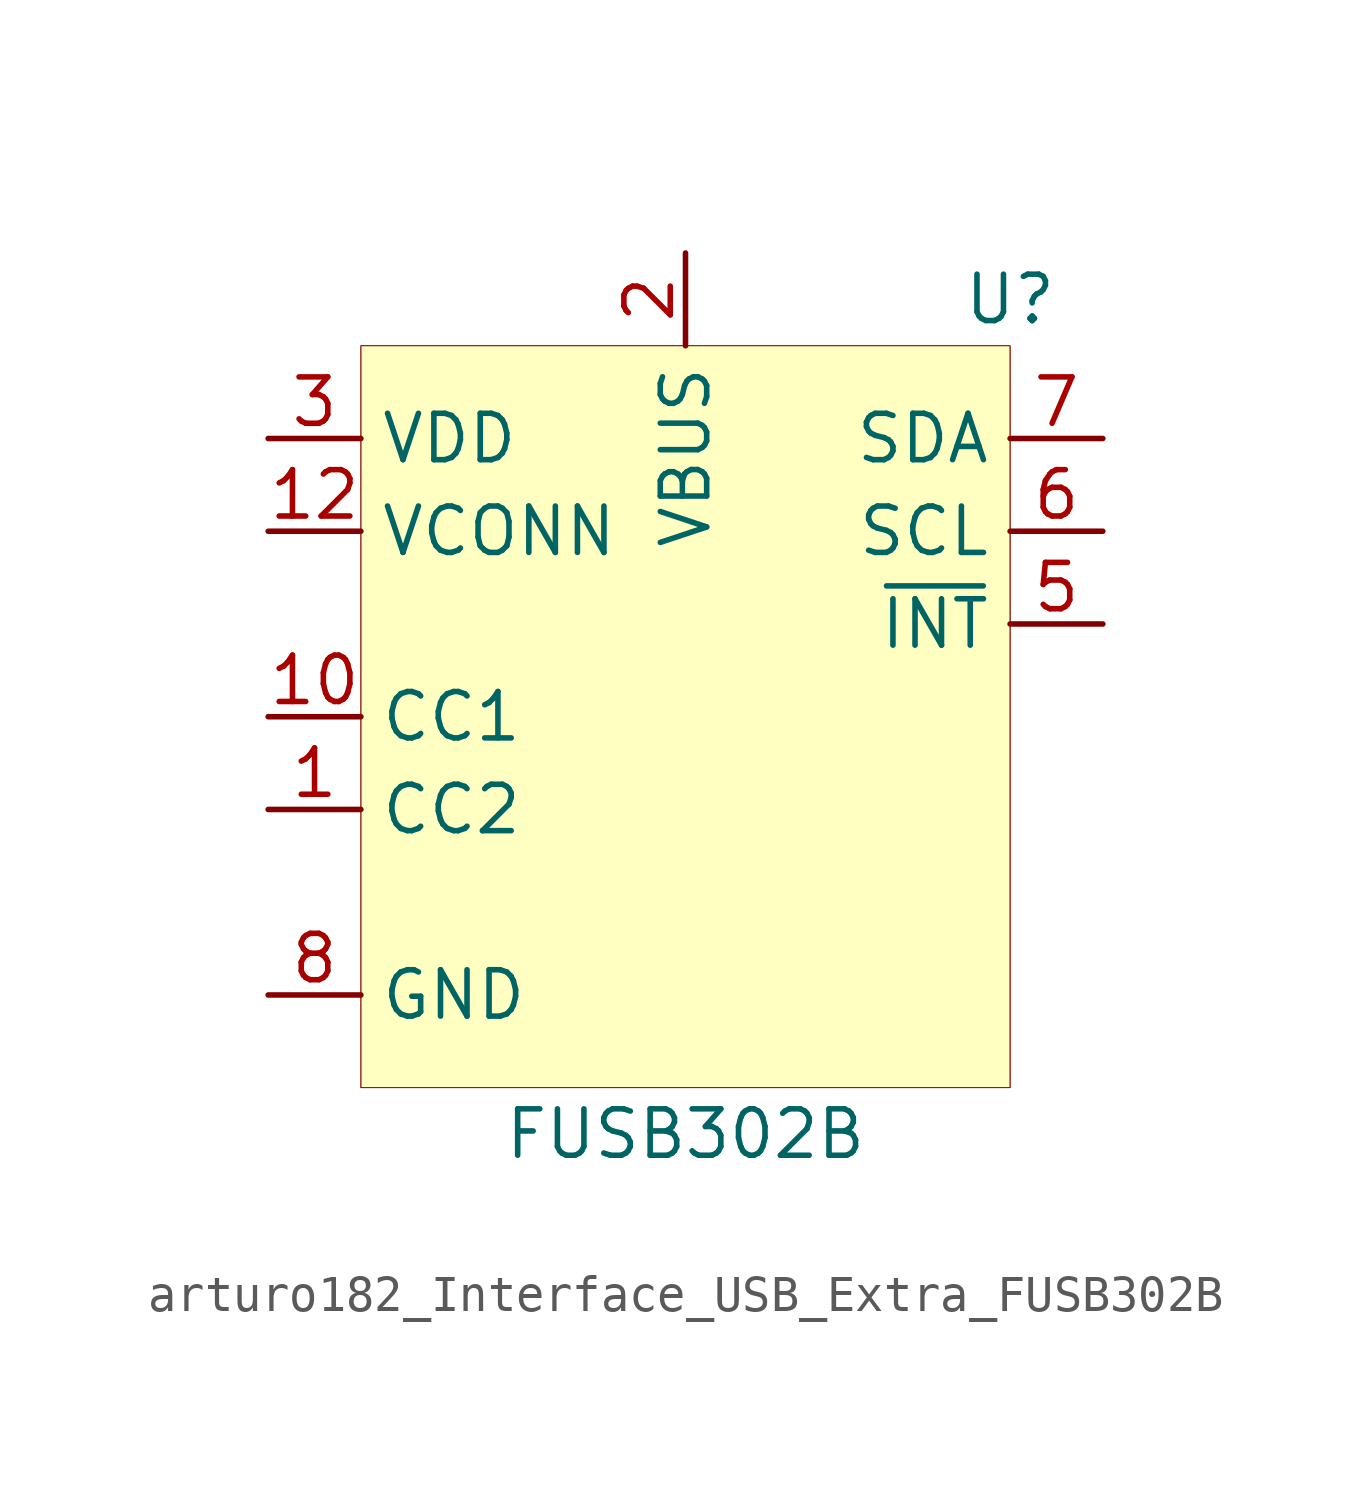
<source format=kicad_sym>
(kicad_symbol_lib
  (version 20220914)
  (generator kicad_symbol_editor)
  (symbol "arturo182_Interface_USB_Extra_FUSB302B"
    (property "Reference" "U"
      (at 8.89 11.43 0)
      (effects (font (size 1.27 1.27))))
    (property "Value" "FUSB302B"
      (at 0 -11.43 0)
      (effects (font (size 1.27 1.27))))
    (symbol "arturo182_Interface_USB_Extra_FUSB302B_0_0"
      (pin input line (at -11.43 -2.54 0) (length 2.54) (name "CC2" (effects (font (size 1.27 1.27)))) (number "1" (effects (font (size 1.27 1.27)))))
      (pin input line (at -11.43 0 0) (length 2.54) (name "CC1" (effects (font (size 1.27 1.27)))) (number "10" (effects (font (size 1.27 1.27)))))
      (pin passive line (at -11.43 0 0) (length 2.54) hide (name "CC1" (effects (font (size 1.27 1.27)))) (number "11" (effects (font (size 1.27 1.27)))))
      (pin input line (at -11.43 5.08 0) (length 2.54) (name "VCONN" (effects (font (size 1.27 1.27)))) (number "12" (effects (font (size 1.27 1.27)))))
      (pin passive line (at -11.43 5.08 0) (length 2.54) hide (name "VCONN" (effects (font (size 1.27 1.27)))) (number "13" (effects (font (size 1.27 1.27)))))
      (pin passive line (at -11.43 -2.54 0) (length 2.54) hide (name "CC2" (effects (font (size 1.27 1.27)))) (number "14" (effects (font (size 1.27 1.27)))))
      (pin passive line (at -11.43 -7.62 0) (length 2.54) hide (name "GND" (effects (font (size 1.27 1.27)))) (number "15" (effects (font (size 1.27 1.27)))))
      (pin power_in line (at 0 12.7 270) (length 2.54) (name "VBUS" (effects (font (size 1.27 1.27)))) (number "2" (effects (font (size 1.27 1.27)))))
      (pin power_in line (at -11.43 7.62 0) (length 2.54) (name "VDD" (effects (font (size 1.27 1.27)))) (number "3" (effects (font (size 1.27 1.27)))))
      (pin passive line (at -11.43 7.62 0) (length 2.54) hide (name "VDD" (effects (font (size 1.27 1.27)))) (number "4" (effects (font (size 1.27 1.27)))))
      (pin output line (at 11.43 2.54 180) (length 2.54) (name "~{INT}" (effects (font (size 1.27 1.27)))) (number "5" (effects (font (size 1.27 1.27)))))
      (pin input line (at 11.43 5.08 180) (length 2.54) (name "SCL" (effects (font (size 1.27 1.27)))) (number "6" (effects (font (size 1.27 1.27)))))
      (pin bidirectional line (at 11.43 7.62 180) (length 2.54) (name "SDA" (effects (font (size 1.27 1.27)))) (number "7" (effects (font (size 1.27 1.27)))))
      (pin power_in line (at -11.43 -7.62 0) (length 2.54) (name "GND" (effects (font (size 1.27 1.27)))) (number "8" (effects (font (size 1.27 1.27)))))
      (pin passive line (at -11.43 -7.62 0) (length 2.54) hide (name "GND" (effects (font (size 1.27 1.27)))) (number "9" (effects (font (size 1.27 1.27))))))
    (symbol "arturo182_Interface_USB_Extra_FUSB302B_0_1"
      (rectangle (start -8.89 10.16) (end 8.89 -10.16) (stroke (width 0.001) (type default)) (fill (type background)))
      (rectangle (start -8.89 10.16) (end 8.89 -10.16) (stroke (width 0.001) (type default)) (fill (type background))))))
</source>
